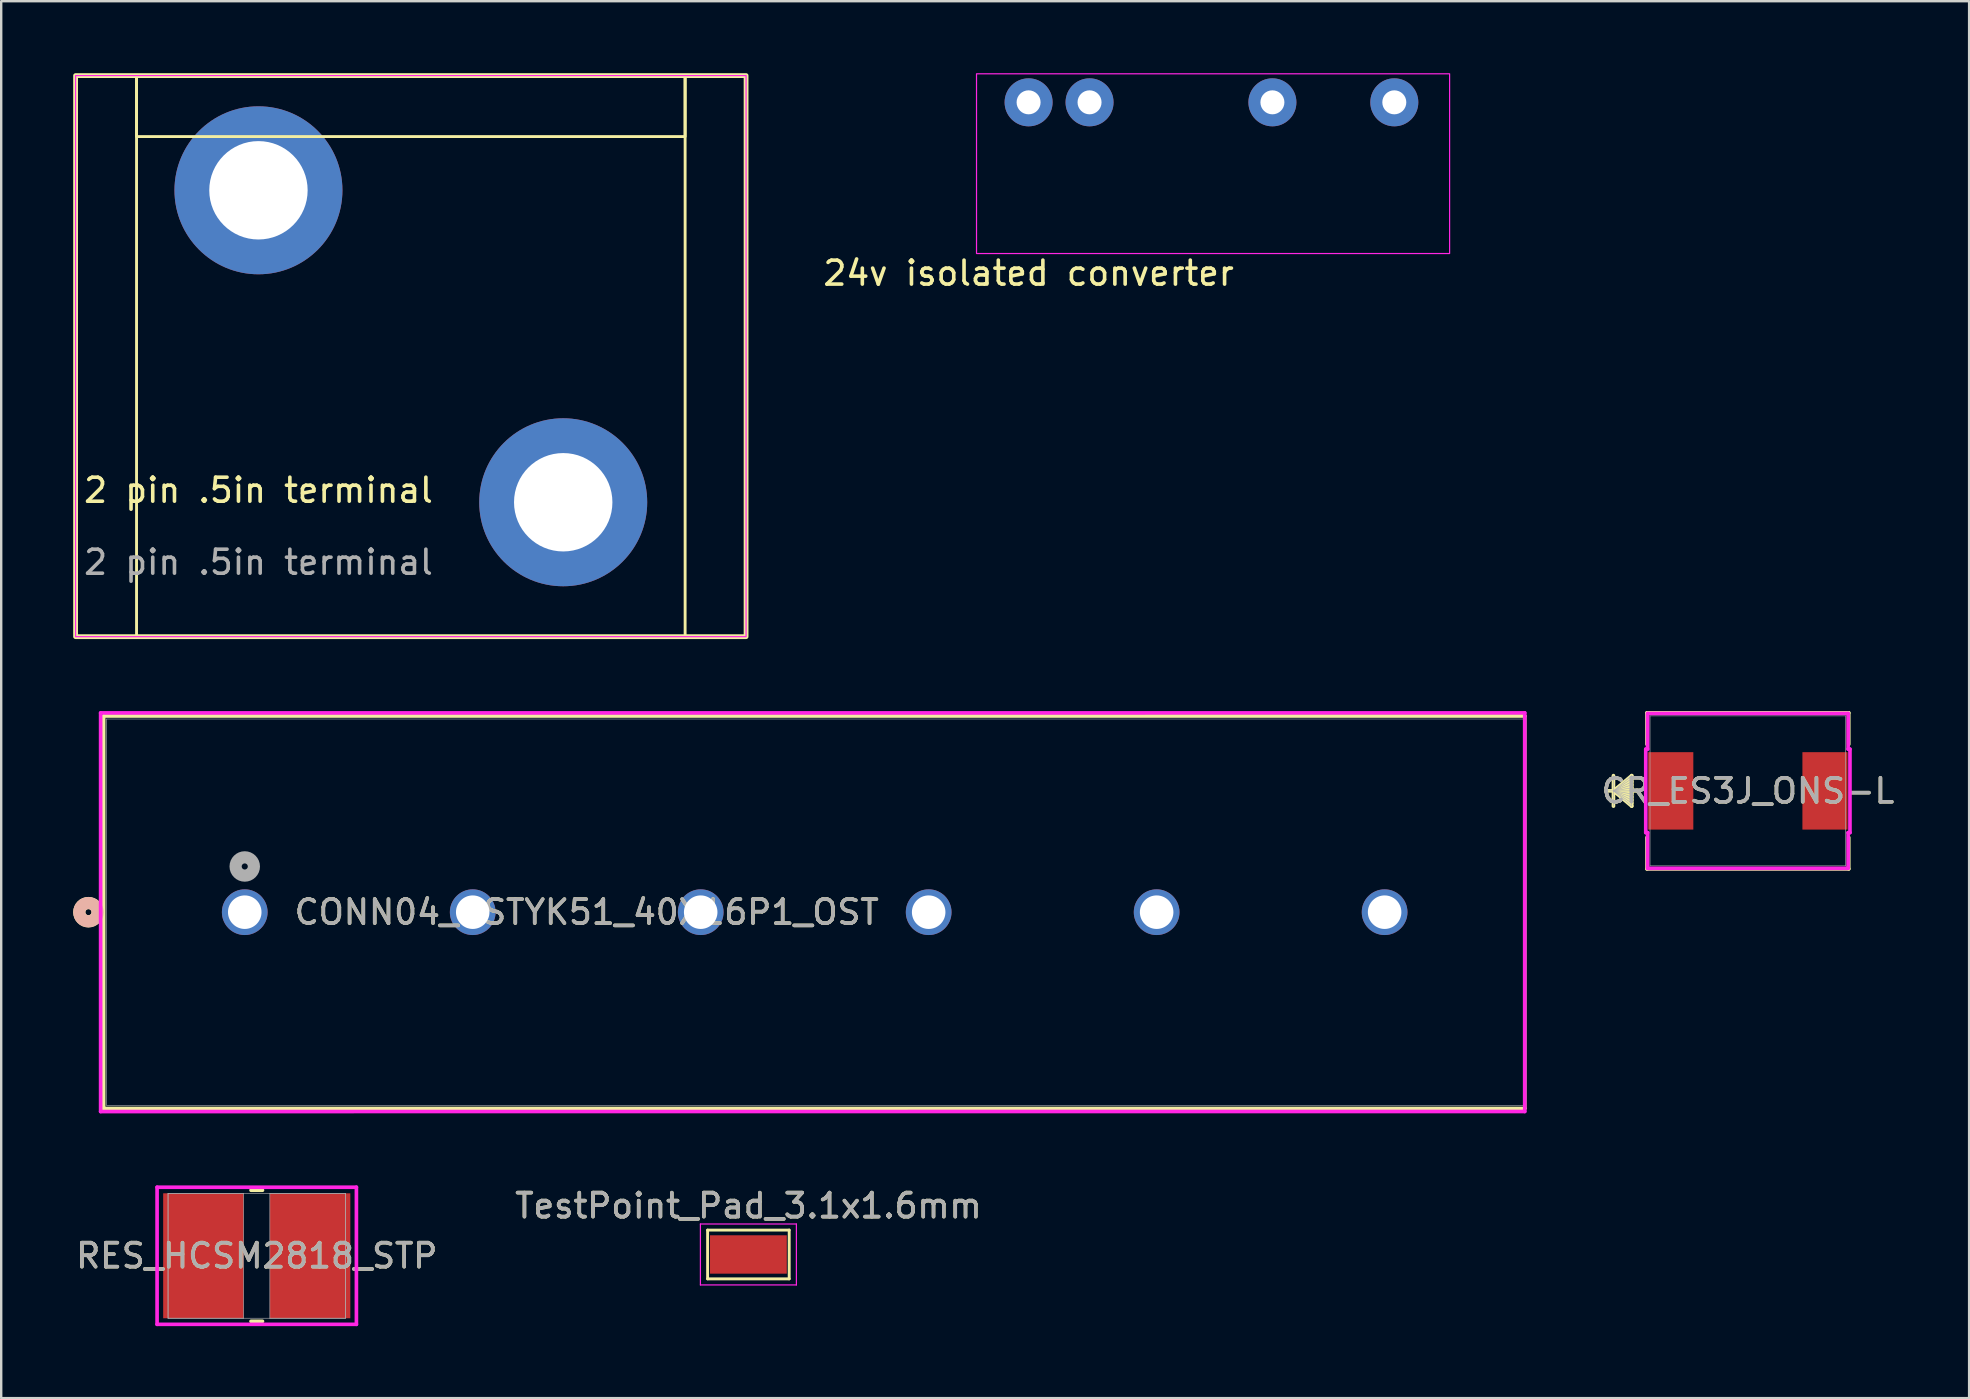
<source format=kicad_pcb>
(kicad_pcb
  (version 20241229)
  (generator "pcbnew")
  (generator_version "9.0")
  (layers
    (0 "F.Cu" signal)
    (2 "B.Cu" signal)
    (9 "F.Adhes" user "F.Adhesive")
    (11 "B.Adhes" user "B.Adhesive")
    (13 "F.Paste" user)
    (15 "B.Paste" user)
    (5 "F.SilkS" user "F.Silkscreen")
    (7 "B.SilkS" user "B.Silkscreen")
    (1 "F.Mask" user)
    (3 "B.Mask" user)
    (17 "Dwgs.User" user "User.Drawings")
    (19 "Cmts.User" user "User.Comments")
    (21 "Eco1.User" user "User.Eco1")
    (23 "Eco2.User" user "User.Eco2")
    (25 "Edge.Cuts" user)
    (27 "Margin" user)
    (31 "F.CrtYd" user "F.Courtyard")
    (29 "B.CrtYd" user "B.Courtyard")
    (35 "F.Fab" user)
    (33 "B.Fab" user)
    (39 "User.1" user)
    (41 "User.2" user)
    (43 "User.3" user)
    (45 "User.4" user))
  (footprint "CR_ES3J_ONS-L"
    (layer "F.Cu")
    (at 69.786 29.907)
    (property "Reference" "CR_ES3J_ONS-L" (at 0 0 0) (unlocked yes) (layer "F.SilkS") (effects (font (size 1 1) (thickness 0.15))))
    (attr smd)
    (fp_line (start -5.601 -0.635) (end -5.601 0.635) (stroke (width 0.152) (type solid)) (layer "F.SilkS"))
    (fp_line (start -5.601 0) (end -4.839 -0.635) (stroke (width 0.152) (type solid)) (layer "F.SilkS"))
    (fp_line (start -5.601 0) (end -4.839 -0.508) (stroke (width 0.152) (type solid)) (layer "F.SilkS"))
    (fp_line (start -5.601 0) (end -4.839 -0.381) (stroke (width 0.152) (type solid)) (layer "F.SilkS"))
    (fp_line (start -5.601 0) (end -4.839 -0.254) (stroke (width 0.152) (type solid)) (layer "F.SilkS"))
    (fp_line (start -5.601 0) (end -4.839 -0.127) (stroke (width 0.152) (type solid)) (layer "F.SilkS"))
    (fp_line (start -5.601 0) (end -4.839 0.127) (stroke (width 0.152) (type solid)) (layer "F.SilkS"))
    (fp_line (start -5.601 0) (end -4.839 0.254) (stroke (width 0.152) (type solid)) (layer "F.SilkS"))
    (fp_line (start -5.601 0) (end -4.839 0.381) (stroke (width 0.152) (type solid)) (layer "F.SilkS"))
    (fp_line (start -5.601 0) (end -4.839 0.508) (stroke (width 0.152) (type solid)) (layer "F.SilkS"))
    (fp_line (start -5.601 0) (end -4.839 0.635) (stroke (width 0.152) (type solid)) (layer "F.SilkS"))
    (fp_line (start -4.839 -0.635) (end -4.839 0.635) (stroke (width 0.152) (type solid)) (layer "F.SilkS"))
    (fp_line (start -4.585 0) (end -5.855 0) (stroke (width 0.152) (type solid)) (layer "F.SilkS"))
    (fp_line (start -4.204 -3.251) (end -4.204 -1.942) (stroke (width 0.152) (type solid)) (layer "F.SilkS"))
    (fp_line (start -4.204 1.942) (end -4.204 3.251) (stroke (width 0.152) (type solid)) (layer "F.SilkS"))
    (fp_line (start -4.204 3.251) (end 4.204 3.251) (stroke (width 0.152) (type solid)) (layer "F.SilkS"))
    (fp_line (start 4.204 -3.251) (end -4.204 -3.251) (stroke (width 0.152) (type solid)) (layer "F.SilkS"))
    (fp_line (start 4.204 -1.942) (end 4.204 -3.251) (stroke (width 0.152) (type solid)) (layer "F.SilkS"))
    (fp_line (start 4.204 3.251) (end 4.204 1.942) (stroke (width 0.152) (type solid)) (layer "F.SilkS"))
    (fp_line (start -4.255 -1.74) (end -4.178 -1.74) (stroke (width 0.152) (type solid)) (layer "F.CrtYd"))
    (fp_line (start -4.255 1.74) (end -4.255 -1.74) (stroke (width 0.152) (type solid)) (layer "F.CrtYd"))
    (fp_line (start -4.178 -3.226) (end 4.178 -3.226) (stroke (width 0.152) (type solid)) (layer "F.CrtYd"))
    (fp_line (start -4.178 -1.74) (end -4.178 -3.226) (stroke (width 0.152) (type solid)) (layer "F.CrtYd"))
    (fp_line (start -4.178 1.74) (end -4.255 1.74) (stroke (width 0.152) (type solid)) (layer "F.CrtYd"))
    (fp_line (start -4.178 3.226) (end -4.178 1.74) (stroke (width 0.152) (type solid)) (layer "F.CrtYd"))
    (fp_line (start 4.178 -3.226) (end 4.178 -1.74) (stroke (width 0.152) (type solid)) (layer "F.CrtYd"))
    (fp_line (start 4.178 -1.74) (end 4.255 -1.74) (stroke (width 0.152) (type solid)) (layer "F.CrtYd"))
    (fp_line (start 4.178 1.74) (end 4.178 3.226) (stroke (width 0.152) (type solid)) (layer "F.CrtYd"))
    (fp_line (start 4.178 3.226) (end -4.178 3.226) (stroke (width 0.152) (type solid)) (layer "F.CrtYd"))
    (fp_line (start 4.255 -1.74) (end 4.255 1.74) (stroke (width 0.152) (type solid)) (layer "F.CrtYd"))
    (fp_line (start 4.255 1.74) (end 4.178 1.74) (stroke (width 0.152) (type solid)) (layer "F.CrtYd"))
    (fp_line (start -5.601 -0.635) (end -5.601 0.635) (stroke (width 0.025) (type solid)) (layer "F.Fab"))
    (fp_line (start -5.601 0) (end -4.839 -0.635) (stroke (width 0.025) (type solid)) (layer "F.Fab"))
    (fp_line (start -5.601 0) (end -4.839 -0.508) (stroke (width 0.025) (type solid)) (layer "F.Fab"))
    (fp_line (start -5.601 0) (end -4.839 -0.381) (stroke (width 0.025) (type solid)) (layer "F.Fab"))
    (fp_line (start -5.601 0) (end -4.839 -0.254) (stroke (width 0.025) (type solid)) (layer "F.Fab"))
    (fp_line (start -5.601 0) (end -4.839 -0.127) (stroke (width 0.025) (type solid)) (layer "F.Fab"))
    (fp_line (start -5.601 0) (end -4.839 0.127) (stroke (width 0.025) (type solid)) (layer "F.Fab"))
    (fp_line (start -5.601 0) (end -4.839 0.254) (stroke (width 0.025) (type solid)) (layer "F.Fab"))
    (fp_line (start -5.601 0) (end -4.839 0.381) (stroke (width 0.025) (type solid)) (layer "F.Fab"))
    (fp_line (start -5.601 0) (end -4.839 0.508) (stroke (width 0.025) (type solid)) (layer "F.Fab"))
    (fp_line (start -5.601 0) (end -4.839 0.635) (stroke (width 0.025) (type solid)) (layer "F.Fab"))
    (fp_line (start -4.839 -0.635) (end -4.839 0.635) (stroke (width 0.025) (type solid)) (layer "F.Fab"))
    (fp_line (start -4.585 0) (end -5.855 0) (stroke (width 0.025) (type solid)) (layer "F.Fab"))
    (fp_line (start -4.077 -3.124) (end -4.077 3.124) (stroke (width 0.025) (type solid)) (layer "F.Fab"))
    (fp_line (start -4.077 3.124) (end 4.077 3.124) (stroke (width 0.025) (type solid)) (layer "F.Fab"))
    (fp_line (start 4.077 -3.124) (end -4.077 -3.124) (stroke (width 0.025) (type solid)) (layer "F.Fab"))
    (fp_line (start 4.077 3.124) (end 4.077 -3.124) (stroke (width 0.025) (type solid)) (layer "F.Fab"))
    (fp_text user "${REFERENCE}" (at 0 0 0) (unlocked yes) (layer "F.Fab") (effects (font (size 1 1) (thickness 0.15))))
    (pad "1" smd rect (at -3.213 0 90) (size 3.226 1.88) (layers "F.Cu" "F.Mask" "F.Paste"))
    (pad "2" smd rect (at 3.213 0 90) (size 3.226 1.88) (layers "F.Cu" "F.Mask" "F.Paste"))
    (zone (net_name "") (layer "F.Cu") (hatch full 0.508) (connect_pads) (min_thickness 0.254) (filled_areas_thickness no) (keepout (tracks not_allowed) (vias not_allowed) (pads allowed) (copperpour not_allowed) (footprints allowed)) (placement (enabled no)) (fill) (polygon (pts (xy 65.76 26.834) (xy 73.812 26.834) (xy 73.812 28.218) (xy 65.76 28.218))))
    (zone (net_name "") (layer "F.Cu") (hatch full 0.508) (connect_pads) (min_thickness 0.254) (filled_areas_thickness no) (keepout (tracks not_allowed) (vias not_allowed) (pads allowed) (copperpour not_allowed) (footprints allowed)) (placement (enabled no)) (fill) (polygon (pts (xy 65.76 31.596) (xy 73.812 31.596) (xy 73.812 32.981) (xy 65.76 32.981))))
    (zone (net_name "") (layer "F.Cu") (hatch full 0.508) (connect_pads) (min_thickness 0.254) (filled_areas_thickness no) (keepout (tracks not_allowed) (vias not_allowed) (pads allowed) (copperpour not_allowed) (footprints allowed)) (placement (enabled no)) (fill) (polygon (pts (xy 67.563 28.218) (xy 72.008 28.218) (xy 72.008 31.596) (xy 67.563 31.596)))))
  (footprint "CONN04_OSTYK51_40X16P1_OST"
    (layer "F.Cu")
    (at 7.149 34.962)
    (property "Reference" "CONN04_OSTYK51_40X16P1_OST" (at 14.25 0 0) (unlocked yes) (layer "F.SilkS") (effects (font (size 1 1) (thickness 0.15))))
    (attr through_hole)
    (fp_line (start -5.88 -8.177) (end -5.88 8.181) (stroke (width 0.152) (type solid)) (layer "F.SilkS"))
    (fp_line (start -5.88 8.181) (end 53.34 8.181) (stroke (width 0.152) (type solid)) (layer "F.SilkS"))
    (fp_line (start 53.34 -8.177) (end -5.88 -8.177) (stroke (width 0.152) (type solid)) (layer "F.SilkS"))
    (fp_line (start 53.34 8.181) (end 53.34 -8.177) (stroke (width 0.152) (type solid)) (layer "F.SilkS"))
    (fp_circle (center -6.514 0) (end -6.133 0) (stroke (width 0.508) (type solid)) (fill no) (layer "F.SilkS"))
    (fp_circle (center -6.514 0) (end -6.133 0) (stroke (width 0.508) (type solid)) (fill no) (layer "B.SilkS"))
    (fp_line (start -6.006 -8.304) (end -6.006 8.308) (stroke (width 0.152) (type solid)) (layer "F.CrtYd"))
    (fp_line (start -6.006 8.308) (end 53.34 8.306) (stroke (width 0.152) (type solid)) (layer "F.CrtYd"))
    (fp_line (start 53.34 -8.306) (end -6.006 -8.304) (stroke (width 0.152) (type solid)) (layer "F.CrtYd"))
    (fp_line (start 53.34 8.306) (end 53.34 -8.306) (stroke (width 0.152) (type solid)) (layer "F.CrtYd"))
    (fp_line (start -5.753 -8.05) (end -5.753 8.054) (stroke (width 0.025) (type solid)) (layer "F.Fab"))
    (fp_line (start -5.753 8.054) (end 53.34 8.054) (stroke (width 0.025) (type solid)) (layer "F.Fab"))
    (fp_line (start 53.34 -8.05) (end -5.753 -8.05) (stroke (width 0.025) (type solid)) (layer "F.Fab"))
    (fp_line (start 53.34 8.054) (end 53.34 -8.05) (stroke (width 0.025) (type solid)) (layer "F.Fab"))
    (fp_circle (center 0 -1.905) (end 0.381 -1.905) (stroke (width 0.508) (type solid)) (fill no) (layer "F.Fab"))
    (fp_text user "${REFERENCE}" (at 14.25 0 0) (unlocked yes) (layer "F.Fab") (effects (font (size 1 1) (thickness 0.15))))
    (pad "1" thru_hole circle (at 0.000001 0) (size 1.905 1.905) (drill 1.397) (layers "*.Cu" "*.Mask"))
    (pad "2" thru_hole circle (at 9.5 0) (size 1.905 1.905) (drill 1.397) (layers "*.Cu" "*.Mask"))
    (pad "3" thru_hole circle (at 19 0) (size 1.905 1.905) (drill 1.397) (layers "*.Cu" "*.Mask"))
    (pad "4" thru_hole circle (at 28.5 0) (size 1.905 1.905) (drill 1.397) (layers "*.Cu" "*.Mask"))
    (pad "5" thru_hole circle (at 38 0) (size 1.905 1.905) (drill 1.397) (layers "*.Cu" "*.Mask"))
    (pad "6" thru_hole circle (at 47.5 0) (size 1.905 1.905) (drill 1.397) (layers "*.Cu" "*.Mask")))
  (footprint "TestPoint_Pad_3.1x1.6mm"
    (layer "F.Cu")
    (at 28.137 49.226)
    (property "Reference" "TestPoint_Pad_3.1x1.6mm" (at 0 -2.032 0) (layer "F.SilkS") (effects (font (size 1 1) (thickness 0.15))))
    (attr exclude_from_pos_files exclude_from_bom)
    (fp_line (start -1.7 -1.016) (end 1.7 -1.016) (stroke (width 0.12) (type solid)) (layer "F.SilkS"))
    (fp_line (start -1.7 1.016) (end -1.7 -1.016) (stroke (width 0.12) (type solid)) (layer "F.SilkS"))
    (fp_line (start 1.7 -1.016) (end 1.7 1.016) (stroke (width 0.12) (type solid)) (layer "F.SilkS"))
    (fp_line (start 1.7 1.016) (end -1.7 1.016) (stroke (width 0.12) (type solid)) (layer "F.SilkS"))
    (fp_line (start -2 -1.27) (end -2 1.27) (stroke (width 0.05) (type solid)) (layer "F.CrtYd"))
    (fp_line (start -2 -1.27) (end 2 -1.27) (stroke (width 0.05) (type solid)) (layer "F.CrtYd"))
    (fp_line (start 2 1.27) (end -2 1.27) (stroke (width 0.05) (type solid)) (layer "F.CrtYd"))
    (fp_line (start 2 1.27) (end 2 -1.27) (stroke (width 0.05) (type solid)) (layer "F.CrtYd"))
    (fp_text user "${REFERENCE}" (at 0 -2.032 0) (layer "F.Fab") (effects (font (size 1 1) (thickness 0.15))))
    (pad "1" smd rect (at 0 0) (size 3.2 1.6) (layers "F.Cu" "F.Mask")))
  (footprint "24v isolated converter"
    (layer "F.Cu")
    (at 39.813 8.834)
    (property "Reference" "24v isolated converter" (at 0 -0.5 0) (unlocked yes) (layer "F.SilkS") (effects (font (size 1 1) (thickness 0.15))))
    (attr smd)
    (fp_rect (start -2.17 -8.809) (end 17.544 -1.32) (stroke (width 0.05) (type solid)) (fill no) (layer "F.CrtYd"))
    (pad "1" thru_hole circle (at 2.54 -7.62) (size 2 2) (drill 1) (layers "*.Cu" "*.Mask"))
    (pad "2" thru_hole circle (at 0 -7.62) (size 2 2) (drill 1) (layers "*.Cu" "*.Mask"))
    (pad "4" thru_hole circle (at 10.16 -7.62) (size 2 2) (drill 1) (layers "*.Cu" "*.Mask"))
    (pad "5" thru_hole circle (at 15.24 -7.62) (size 2 2) (drill 1) (layers "*.Cu" "*.Mask")))
  (footprint "2 pin .5in terminal"
    (layer "F.Cu")
    (at 7.72 17.88)
    (property "Reference" "2 pin .5in terminal" (at 0 -0.5 0) (unlocked yes) (layer "F.SilkS") (effects (font (size 1 1) (thickness 0.15))))
    (attr through_hole)
    (fp_rect (start -7.62 -17.78) (end 20.32 5.6) (stroke (width 0.2) (type solid)) (fill no) (layer "F.SilkS"))
    (fp_rect (start -7.62 5.6) (end -5.08 -17.78) (stroke (width 0.12) (type solid)) (fill no) (layer "F.SilkS"))
    (fp_rect (start -5.08 -17.78) (end 17.78 -15.24) (stroke (width 0.12) (type solid)) (fill no) (layer "F.SilkS"))
    (fp_rect (start 20.32 5.6) (end 17.78 -17.78) (stroke (width 0.12) (type solid)) (fill no) (layer "F.SilkS"))
    (fp_rect (start -7.62 -17.78) (end 20.32 5.6) (stroke (width 0.05) (type solid)) (fill no) (layer "F.CrtYd"))
    (fp_text user "${REFERENCE}" (at 0 2.5 0) (unlocked yes) (layer "F.Fab") (effects (font (size 1 1) (thickness 0.15))))
    (pad "1" thru_hole circle (at 0 -13) (size 7 7) (drill 4.1) (layers "*.Cu" "*.Mask"))
    (pad "2" thru_hole circle (at 12.7 0) (size 7 7) (drill 4.1) (layers "*.Cu" "*.Mask")))
  (footprint "RES_HCSM2818_STP"
    (layer "F.Cu")
    (at 7.649 49.28)
    (property "Reference" "RES_HCSM2818_STP" (at 0 0 0) (unlocked yes) (layer "F.SilkS") (effects (font (size 1 1) (thickness 0.15))))
    (attr smd)
    (fp_line (start -0.239 2.731) (end 0.239 2.731) (stroke (width 0.152) (type solid)) (layer "F.SilkS"))
    (fp_line (start 0.239 -2.731) (end -0.239 -2.731) (stroke (width 0.152) (type solid)) (layer "F.SilkS"))
    (fp_line (start -4.153 -2.857) (end 4.153 -2.857) (stroke (width 0.152) (type solid)) (layer "F.CrtYd"))
    (fp_line (start -4.153 2.857) (end -4.153 -2.857) (stroke (width 0.152) (type solid)) (layer "F.CrtYd"))
    (fp_line (start 4.153 -2.857) (end 4.153 2.857) (stroke (width 0.152) (type solid)) (layer "F.CrtYd"))
    (fp_line (start 4.153 2.857) (end -4.153 2.857) (stroke (width 0.152) (type solid)) (layer "F.CrtYd"))
    (fp_line (start -3.696 -2.603) (end -3.696 2.603) (stroke (width 0.025) (type solid)) (layer "F.Fab"))
    (fp_line (start -3.696 -2.603) (end -3.696 2.603) (stroke (width 0.025) (type solid)) (layer "F.Fab"))
    (fp_line (start -3.696 2.603) (end -0.546 2.603) (stroke (width 0.025) (type solid)) (layer "F.Fab"))
    (fp_line (start -3.696 2.603) (end 3.696 2.603) (stroke (width 0.025) (type solid)) (layer "F.Fab"))
    (fp_line (start -0.546 -2.603) (end -3.696 -2.603) (stroke (width 0.025) (type solid)) (layer "F.Fab"))
    (fp_line (start -0.546 2.603) (end -0.546 -2.603) (stroke (width 0.025) (type solid)) (layer "F.Fab"))
    (fp_line (start 0.546 -2.603) (end 0.546 2.603) (stroke (width 0.025) (type solid)) (layer "F.Fab"))
    (fp_line (start 0.546 2.603) (end 3.696 2.603) (stroke (width 0.025) (type solid)) (layer "F.Fab"))
    (fp_line (start 3.696 -2.603) (end -3.696 -2.603) (stroke (width 0.025) (type solid)) (layer "F.Fab"))
    (fp_line (start 3.696 -2.603) (end 0.546 -2.603) (stroke (width 0.025) (type solid)) (layer "F.Fab"))
    (fp_line (start 3.696 2.603) (end 3.696 -2.603) (stroke (width 0.025) (type solid)) (layer "F.Fab"))
    (fp_line (start 3.696 2.603) (end 3.696 -2.603) (stroke (width 0.025) (type solid)) (layer "F.Fab"))
    (fp_text user "${REFERENCE}" (at 0 0 0) (unlocked yes) (layer "F.Fab") (effects (font (size 1 1) (thickness 0.15))))
    (pad "1" smd rect (at -2.223 0) (size 3.353 5.207) (layers "F.Cu" "F.Mask" "F.Paste"))
    (pad "2" smd rect (at 2.223 0) (size 3.353 5.207) (layers "F.Cu" "F.Mask" "F.Paste"))
    (zone (net_name "") (layer "F.Cu") (hatch full 0.508) (connect_pads) (min_thickness 0.254) (filled_areas_thickness no) (keepout (tracks not_allowed) (vias not_allowed) (pads allowed) (copperpour not_allowed) (footprints allowed)) (placement (enabled no)) (fill) (polygon (pts (xy 7.154 46.727) (xy 8.144 46.727) (xy 8.144 51.832) (xy 7.154 51.832)))))
  (gr_rect
    (start -3 -3)
    (end 79.006 55.213)
    (stroke (width 0.1) (type default))
    (fill no)
    (layer "Edge.Cuts")))
</source>
